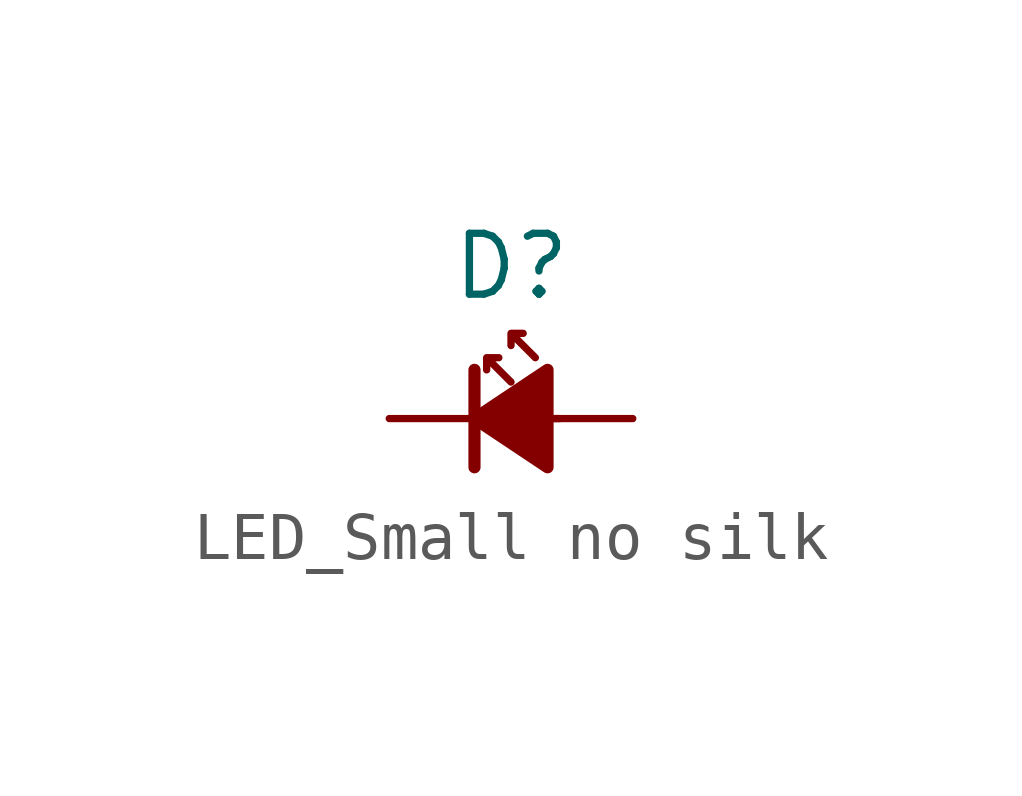
<source format=kicad_sym>
(kicad_symbol_lib
  (version 20231120)
  (generator "kicad_symbol_editor")
  (generator_version "8.0")
  (symbol "LED_Small no silk"
    (pin_numbers hide)
    (pin_names
      (offset 0.254) hide)
    (property "Reference" "D"
      (at -1.27 3.175 0)
      (effects (font (size 1.27 1.27)) (justify left)))
    (symbol "LED_Small no silk_0_1"
      (polyline (pts (xy -0.762 -1.016) (xy -0.762 1.016)) (stroke (width 0.254) (type default)) (fill (type none)))
      (polyline (pts (xy 1.016 0) (xy -0.762 0)) (stroke (width 0) (type default)) (fill (type none)))
      (polyline (pts (xy 0.762 -1.016) (xy -0.762 0) (xy 0.762 1.016) (xy 0.762 -1.016)) (stroke (width 0.254) (type default)) (fill (type outline)))
      (polyline (pts (xy 0 0.762) (xy -0.508 1.27) (xy -0.254 1.27) (xy -0.508 1.27) (xy -0.508 1.016)) (stroke (width 0) (type default)) (fill (type none)))
      (polyline (pts (xy 0.508 1.27) (xy 0 1.778) (xy 0.254 1.778) (xy 0 1.778) (xy 0 1.524)) (stroke (width 0) (type default)) (fill (type none))))
    (symbol "LED_Small no silk_1_1"
      (pin passive line (at -2.54 0 0) (length 1.778) (name "K" (effects (font (size 1.27 1.27)))) (number "1" (effects (font (size 1.27 1.27)))))
      (pin passive line (at 2.54 0 180) (length 1.778) (name "A" (effects (font (size 1.27 1.27)))) (number "2" (effects (font (size 1.27 1.27))))))))
</source>
